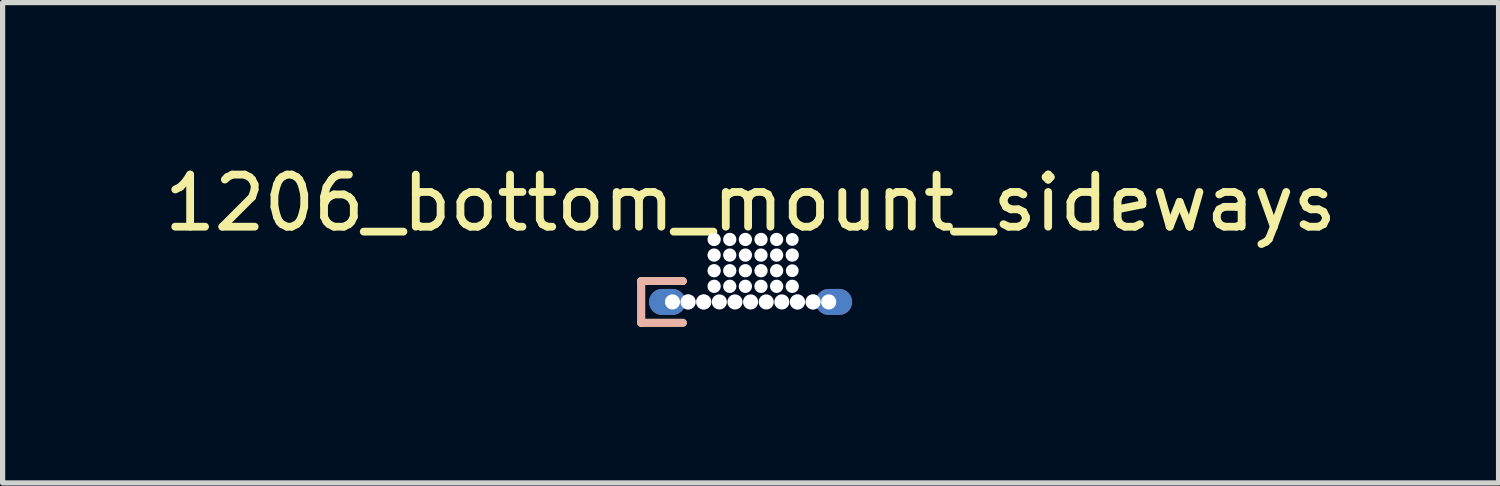
<source format=kicad_pcb>
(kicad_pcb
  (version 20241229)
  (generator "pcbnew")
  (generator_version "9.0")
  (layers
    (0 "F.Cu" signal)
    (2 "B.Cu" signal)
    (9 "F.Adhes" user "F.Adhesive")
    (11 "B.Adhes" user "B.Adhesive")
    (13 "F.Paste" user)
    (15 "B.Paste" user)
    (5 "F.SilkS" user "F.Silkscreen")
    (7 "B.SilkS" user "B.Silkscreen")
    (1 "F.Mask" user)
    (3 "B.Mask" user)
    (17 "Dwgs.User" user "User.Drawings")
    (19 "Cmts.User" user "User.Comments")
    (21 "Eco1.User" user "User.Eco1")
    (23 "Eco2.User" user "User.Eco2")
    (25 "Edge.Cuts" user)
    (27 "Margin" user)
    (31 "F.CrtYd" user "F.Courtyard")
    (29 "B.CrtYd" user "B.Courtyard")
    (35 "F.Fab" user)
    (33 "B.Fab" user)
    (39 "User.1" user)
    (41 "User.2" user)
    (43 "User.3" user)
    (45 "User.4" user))
  (footprint "1206_bottom_mount_sideways"
    (layer "F.Cu")
    (at 11.363 2.548)
    (property "Reference" "1206_bottom_mount_sideways" (at 0 -1.7 0) (layer "F.SilkS") (effects (font (size 1 1) (thickness 0.15))))
    (attr through_hole)
    (fp_line (start -2.1 -0.2) (end -2.1 0.6) (stroke (width 0.15) (type solid)) (layer "F.SilkS"))
    (fp_line (start -2.1 0.6) (end -1.3 0.6) (stroke (width 0.15) (type solid)) (layer "F.SilkS"))
    (fp_line (start -1.3 -0.2) (end -2.1 -0.2) (stroke (width 0.15) (type solid)) (layer "F.SilkS"))
    (fp_line (start -2.1 -0.2) (end -2.1 0.6) (stroke (width 0.15) (type solid)) (layer "B.SilkS"))
    (fp_line (start -2.1 0.6) (end -1.3 0.6) (stroke (width 0.15) (type solid)) (layer "B.SilkS"))
    (fp_line (start -1.3 -0.2) (end -2.1 -0.2) (stroke (width 0.15) (type solid)) (layer "B.SilkS"))
    (pad "" np_thru_hole circle (at -0.7 -1 180) (size 0.254 0.254) (drill 0.254) (layers "*.Cu" "*.Mask"))
    (pad "" np_thru_hole circle (at -0.7 -0.7 180) (size 0.254 0.254) (drill 0.254) (layers "*.Cu" "*.Mask"))
    (pad "" np_thru_hole circle (at -0.7 -0.4 180) (size 0.254 0.254) (drill 0.254) (layers "*.Cu" "*.Mask"))
    (pad "" np_thru_hole circle (at -0.7 -0.1 180) (size 0.254 0.254) (drill 0.254) (layers "*.Cu" "*.Mask"))
    (pad "" np_thru_hole circle (at -0.6 0.2 180) (size 0.29 0.29) (drill 0.29) (layers "*.Cu" "*.Mask"))
    (pad "" np_thru_hole circle (at -0.4 -1 180) (size 0.254 0.254) (drill 0.254) (layers "*.Cu" "*.Mask"))
    (pad "" np_thru_hole circle (at -0.4 -0.7 180) (size 0.254 0.254) (drill 0.254) (layers "*.Cu" "*.Mask"))
    (pad "" np_thru_hole circle (at -0.4 -0.4 180) (size 0.254 0.254) (drill 0.254) (layers "*.Cu" "*.Mask"))
    (pad "" np_thru_hole circle (at -0.4 -0.1 180) (size 0.254 0.254) (drill 0.254) (layers "*.Cu" "*.Mask"))
    (pad "" np_thru_hole circle (at -0.3 0.2 180) (size 0.29 0.29) (drill 0.29) (layers "*.Cu" "*.Mask"))
    (pad "" np_thru_hole circle (at -0.1 -1 180) (size 0.254 0.254) (drill 0.254) (layers "*.Cu" "*.Mask"))
    (pad "" np_thru_hole circle (at -0.1 -0.7 180) (size 0.254 0.254) (drill 0.254) (layers "*.Cu" "*.Mask"))
    (pad "" np_thru_hole circle (at -0.1 -0.4 180) (size 0.254 0.254) (drill 0.254) (layers "*.Cu" "*.Mask"))
    (pad "" np_thru_hole circle (at -0.1 -0.1 180) (size 0.254 0.254) (drill 0.254) (layers "*.Cu" "*.Mask"))
    (pad "" np_thru_hole circle (at 0 0.2 180) (size 0.29 0.29) (drill 0.29) (layers "*.Cu" "*.Mask"))
    (pad "" np_thru_hole circle (at 0.2 -1 180) (size 0.254 0.254) (drill 0.254) (layers "*.Cu" "*.Mask"))
    (pad "" np_thru_hole circle (at 0.2 -0.7 180) (size 0.254 0.254) (drill 0.254) (layers "*.Cu" "*.Mask"))
    (pad "" np_thru_hole circle (at 0.2 -0.4 180) (size 0.254 0.254) (drill 0.254) (layers "*.Cu" "*.Mask"))
    (pad "" np_thru_hole circle (at 0.2 -0.1 180) (size 0.254 0.254) (drill 0.254) (layers "*.Cu" "*.Mask"))
    (pad "" np_thru_hole circle (at 0.3 0.2 180) (size 0.29 0.29) (drill 0.29) (layers "*.Cu" "*.Mask"))
    (pad "" np_thru_hole circle (at 0.5 -1 180) (size 0.254 0.254) (drill 0.254) (layers "*.Cu" "*.Mask"))
    (pad "" np_thru_hole circle (at 0.5 -0.7 180) (size 0.254 0.254) (drill 0.254) (layers "*.Cu" "*.Mask"))
    (pad "" np_thru_hole circle (at 0.5 -0.4 180) (size 0.254 0.254) (drill 0.254) (layers "*.Cu" "*.Mask"))
    (pad "" np_thru_hole circle (at 0.5 -0.1 180) (size 0.254 0.254) (drill 0.254) (layers "*.Cu" "*.Mask"))
    (pad "" np_thru_hole circle (at 0.6 0.2 180) (size 0.29 0.29) (drill 0.29) (layers "*.Cu" "*.Mask"))
    (pad "" np_thru_hole circle (at 0.8 -1 180) (size 0.245 0.245) (drill 0.245) (layers "*.Cu" "*.Mask"))
    (pad "" np_thru_hole circle (at 0.8 -0.7 180) (size 0.254 0.254) (drill 0.254) (layers "*.Cu" "*.Mask"))
    (pad "" np_thru_hole circle (at 0.8 -0.4 180) (size 0.245 0.245) (drill 0.245) (layers "*.Cu" "*.Mask"))
    (pad "" np_thru_hole circle (at 0.8 -0.1 180) (size 0.254 0.254) (drill 0.254) (layers "*.Cu" "*.Mask"))
    (pad "1" thru_hole oval (at -1.5 0.2 180) (size 0.7 0.5) (drill 0.29 (offset 0.1 0)) (layers "*.Cu" "*.Mask"))
    (pad "1" thru_hole circle (at -1.2 0.2 180) (size 0.29 0.29) (drill 0.29) (layers "*.Cu" "*.Mask"))
    (pad "1" thru_hole circle (at -0.9 0.2 180) (size 0.29 0.29) (drill 0.29) (layers "*.Cu" "*.Mask"))
    (pad "2" thru_hole circle (at 0.9 0.2 180) (size 0.29 0.29) (drill 0.29) (layers "*.Cu" "*.Mask"))
    (pad "2" thru_hole circle (at 1.2 0.2 180) (size 0.29 0.29) (drill 0.29) (layers "*.Cu" "*.Mask"))
    (pad "2" thru_hole oval (at 1.5 0.2) (size 0.7 0.5) (drill oval 0.29 (offset 0.1 0)) (layers "*.Cu" "*.Mask")))
  (gr_rect
    (start -3 -3)
    (end 25.726 6.223)
    (stroke (width 0.1) (type default))
    (fill no)
    (layer "Edge.Cuts")))
</source>
